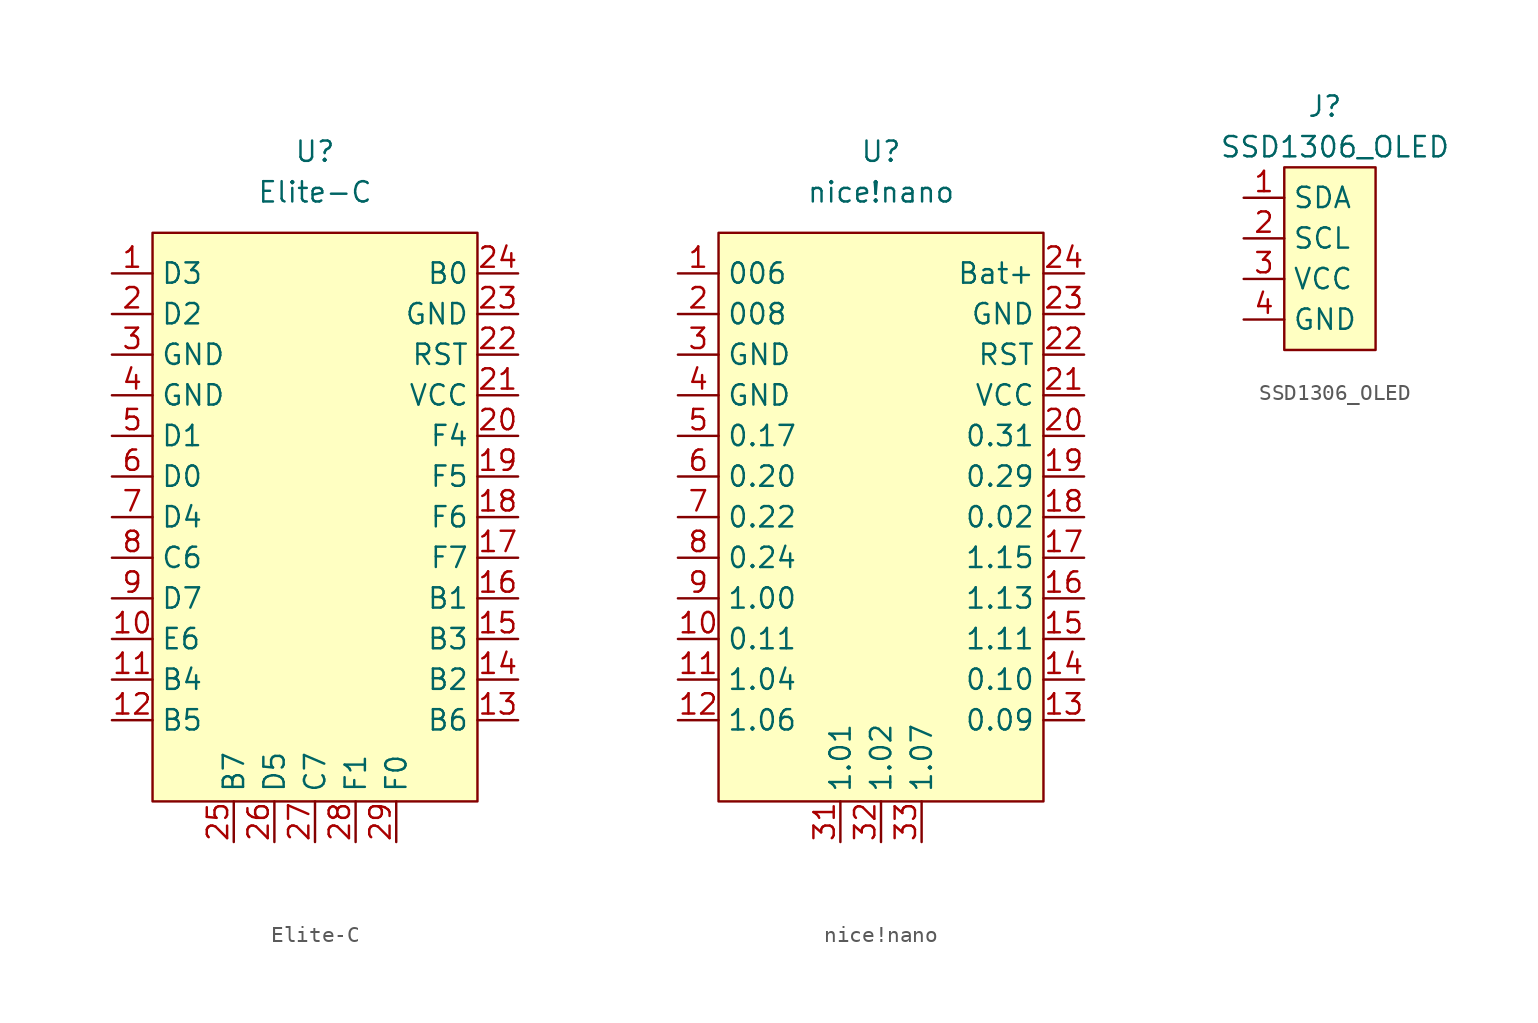
<source format=kicad_sym>
(kicad_symbol_lib
  (version 20210619)
  (generator kicad_symbol_editor)
  (symbol "Custom Symbols:Elite-C"
    (property "Reference" "U"
      (at 0 20.32 0)
      (effects (font (size 1.27 1.27))))
    (property "Value" "Elite-C"
      (at 0 17.78 0)
      (effects (font (size 1.27 1.27))))
    (symbol "Elite-C_0_1"
      (rectangle (start -10.16 15.24) (end 10.16 -20.32) (stroke (width 0.152)) (fill (type background))))
    (symbol "Elite-C_1_1"
      (pin bidirectional line (at -12.7 12.7 0) (length 2.54) (name "D3" (effects (font (size 1.27 1.27)))) (number "1" (effects (font (size 1.27 1.27)))))
      (pin bidirectional line (at -12.7 -10.16 0) (length 2.54) (name "E6" (effects (font (size 1.27 1.27)))) (number "10" (effects (font (size 1.27 1.27)))))
      (pin bidirectional line (at -12.7 -12.7 0) (length 2.54) (name "B4" (effects (font (size 1.27 1.27)))) (number "11" (effects (font (size 1.27 1.27)))))
      (pin bidirectional line (at -12.7 -15.24 0) (length 2.54) (name "B5" (effects (font (size 1.27 1.27)))) (number "12" (effects (font (size 1.27 1.27)))))
      (pin bidirectional line (at 12.7 -15.24 180) (length 2.54) (name "B6" (effects (font (size 1.27 1.27)))) (number "13" (effects (font (size 1.27 1.27)))))
      (pin bidirectional line (at 12.7 -12.7 180) (length 2.54) (name "B2" (effects (font (size 1.27 1.27)))) (number "14" (effects (font (size 1.27 1.27)))))
      (pin bidirectional line (at 12.7 -10.16 180) (length 2.54) (name "B3" (effects (font (size 1.27 1.27)))) (number "15" (effects (font (size 1.27 1.27)))))
      (pin bidirectional line (at 12.7 -7.62 180) (length 2.54) (name "B1" (effects (font (size 1.27 1.27)))) (number "16" (effects (font (size 1.27 1.27)))))
      (pin bidirectional line (at 12.7 -5.08 180) (length 2.54) (name "F7" (effects (font (size 1.27 1.27)))) (number "17" (effects (font (size 1.27 1.27)))))
      (pin bidirectional line (at 12.7 -2.54 180) (length 2.54) (name "F6" (effects (font (size 1.27 1.27)))) (number "18" (effects (font (size 1.27 1.27)))))
      (pin bidirectional line (at 12.7 0 180) (length 2.54) (name "F5" (effects (font (size 1.27 1.27)))) (number "19" (effects (font (size 1.27 1.27)))))
      (pin bidirectional line (at -12.7 10.16 0) (length 2.54) (name "D2" (effects (font (size 1.27 1.27)))) (number "2" (effects (font (size 1.27 1.27)))))
      (pin bidirectional line (at 12.7 2.54 180) (length 2.54) (name "F4" (effects (font (size 1.27 1.27)))) (number "20" (effects (font (size 1.27 1.27)))))
      (pin bidirectional line (at 12.7 5.08 180) (length 2.54) (name "VCC" (effects (font (size 1.27 1.27)))) (number "21" (effects (font (size 1.27 1.27)))))
      (pin bidirectional line (at 12.7 7.62 180) (length 2.54) (name "RST" (effects (font (size 1.27 1.27)))) (number "22" (effects (font (size 1.27 1.27)))))
      (pin bidirectional line (at 12.7 10.16 180) (length 2.54) (name "GND" (effects (font (size 1.27 1.27)))) (number "23" (effects (font (size 1.27 1.27)))))
      (pin bidirectional line (at 12.7 12.7 180) (length 2.54) (name "B0" (effects (font (size 1.27 1.27)))) (number "24" (effects (font (size 1.27 1.27)))))
      (pin bidirectional line (at -5.08 -22.86 90) (length 2.54) (name "B7" (effects (font (size 1.27 1.27)))) (number "25" (effects (font (size 1.27 1.27)))))
      (pin bidirectional line (at -2.54 -22.86 90) (length 2.54) (name "D5" (effects (font (size 1.27 1.27)))) (number "26" (effects (font (size 1.27 1.27)))))
      (pin bidirectional line (at 0 -22.86 90) (length 2.54) (name "C7" (effects (font (size 1.27 1.27)))) (number "27" (effects (font (size 1.27 1.27)))))
      (pin bidirectional line (at 2.54 -22.86 90) (length 2.54) (name "F1" (effects (font (size 1.27 1.27)))) (number "28" (effects (font (size 1.27 1.27)))))
      (pin bidirectional line (at 5.08 -22.86 90) (length 2.54) (name "F0" (effects (font (size 1.27 1.27)))) (number "29" (effects (font (size 1.27 1.27)))))
      (pin bidirectional line (at -12.7 7.62 0) (length 2.54) (name "GND" (effects (font (size 1.27 1.27)))) (number "3" (effects (font (size 1.27 1.27)))))
      (pin bidirectional line (at -12.7 5.08 0) (length 2.54) (name "GND" (effects (font (size 1.27 1.27)))) (number "4" (effects (font (size 1.27 1.27)))))
      (pin bidirectional line (at -12.7 2.54 0) (length 2.54) (name "D1" (effects (font (size 1.27 1.27)))) (number "5" (effects (font (size 1.27 1.27)))))
      (pin bidirectional line (at -12.7 0 0) (length 2.54) (name "D0" (effects (font (size 1.27 1.27)))) (number "6" (effects (font (size 1.27 1.27)))))
      (pin bidirectional line (at -12.7 -2.54 0) (length 2.54) (name "D4" (effects (font (size 1.27 1.27)))) (number "7" (effects (font (size 1.27 1.27)))))
      (pin bidirectional line (at -12.7 -5.08 0) (length 2.54) (name "C6" (effects (font (size 1.27 1.27)))) (number "8" (effects (font (size 1.27 1.27)))))
      (pin bidirectional line (at -12.7 -7.62 0) (length 2.54) (name "D7" (effects (font (size 1.27 1.27)))) (number "9" (effects (font (size 1.27 1.27)))))))
  (symbol "Custom Symbols:nice!nano"
    (property "Reference" "U"
      (at 0 22.86 0)
      (effects (font (size 1.27 1.27))))
    (property "Value" "nice!nano"
      (at 0 20.32 0)
      (effects (font (size 1.27 1.27))))
    (symbol "nice!nano_0_1"
      (rectangle (start -10.16 17.78) (end 10.16 -17.78) (stroke (width 0.152)) (fill (type background))))
    (symbol "nice!nano_1_1"
      (pin bidirectional line (at -12.7 15.24 0) (length 2.54) (name "006" (effects (font (size 1.27 1.27)))) (number "1" (effects (font (size 1.27 1.27)))))
      (pin bidirectional line (at -12.7 -7.62 0) (length 2.54) (name "0.11" (effects (font (size 1.27 1.27)))) (number "10" (effects (font (size 1.27 1.27)))))
      (pin bidirectional line (at -12.7 -10.16 0) (length 2.54) (name "1.04" (effects (font (size 1.27 1.27)))) (number "11" (effects (font (size 1.27 1.27)))))
      (pin bidirectional line (at -12.7 -12.7 0) (length 2.54) (name "1.06" (effects (font (size 1.27 1.27)))) (number "12" (effects (font (size 1.27 1.27)))))
      (pin bidirectional line (at 12.7 -12.7 180) (length 2.54) (name "0.09" (effects (font (size 1.27 1.27)))) (number "13" (effects (font (size 1.27 1.27)))))
      (pin bidirectional line (at 12.7 -10.16 180) (length 2.54) (name "0.10" (effects (font (size 1.27 1.27)))) (number "14" (effects (font (size 1.27 1.27)))))
      (pin bidirectional line (at 12.7 -7.62 180) (length 2.54) (name "1.11" (effects (font (size 1.27 1.27)))) (number "15" (effects (font (size 1.27 1.27)))))
      (pin bidirectional line (at 12.7 -5.08 180) (length 2.54) (name "1.13" (effects (font (size 1.27 1.27)))) (number "16" (effects (font (size 1.27 1.27)))))
      (pin bidirectional line (at 12.7 -2.54 180) (length 2.54) (name "1.15" (effects (font (size 1.27 1.27)))) (number "17" (effects (font (size 1.27 1.27)))))
      (pin bidirectional line (at 12.7 0 180) (length 2.54) (name "0.02" (effects (font (size 1.27 1.27)))) (number "18" (effects (font (size 1.27 1.27)))))
      (pin bidirectional line (at 12.7 2.54 180) (length 2.54) (name "0.29" (effects (font (size 1.27 1.27)))) (number "19" (effects (font (size 1.27 1.27)))))
      (pin bidirectional line (at -12.7 12.7 0) (length 2.54) (name "008" (effects (font (size 1.27 1.27)))) (number "2" (effects (font (size 1.27 1.27)))))
      (pin bidirectional line (at 12.7 5.08 180) (length 2.54) (name "0.31" (effects (font (size 1.27 1.27)))) (number "20" (effects (font (size 1.27 1.27)))))
      (pin bidirectional line (at 12.7 7.62 180) (length 2.54) (name "VCC" (effects (font (size 1.27 1.27)))) (number "21" (effects (font (size 1.27 1.27)))))
      (pin bidirectional line (at 12.7 10.16 180) (length 2.54) (name "RST" (effects (font (size 1.27 1.27)))) (number "22" (effects (font (size 1.27 1.27)))))
      (pin bidirectional line (at 12.7 12.7 180) (length 2.54) (name "GND" (effects (font (size 1.27 1.27)))) (number "23" (effects (font (size 1.27 1.27)))))
      (pin bidirectional line (at 12.7 15.24 180) (length 2.54) (name "Bat+" (effects (font (size 1.27 1.27)))) (number "24" (effects (font (size 1.27 1.27)))))
      (pin bidirectional line (at -12.7 10.16 0) (length 2.54) (name "GND" (effects (font (size 1.27 1.27)))) (number "3" (effects (font (size 1.27 1.27)))))
      (pin bidirectional line (at -2.54 -20.32 90) (length 2.54) (name "1.01" (effects (font (size 1.27 1.27)))) (number "31" (effects (font (size 1.27 1.27)))))
      (pin bidirectional line (at 0 -20.32 90) (length 2.54) (name "1.02" (effects (font (size 1.27 1.27)))) (number "32" (effects (font (size 1.27 1.27)))))
      (pin bidirectional line (at 2.54 -20.32 90) (length 2.54) (name "1.07" (effects (font (size 1.27 1.27)))) (number "33" (effects (font (size 1.27 1.27)))))
      (pin bidirectional line (at -12.7 7.62 0) (length 2.54) (name "GND" (effects (font (size 1.27 1.27)))) (number "4" (effects (font (size 1.27 1.27)))))
      (pin bidirectional line (at -12.7 5.08 0) (length 2.54) (name "0.17" (effects (font (size 1.27 1.27)))) (number "5" (effects (font (size 1.27 1.27)))))
      (pin bidirectional line (at -12.7 2.54 0) (length 2.54) (name "0.20" (effects (font (size 1.27 1.27)))) (number "6" (effects (font (size 1.27 1.27)))))
      (pin bidirectional line (at -12.7 0 0) (length 2.54) (name "0.22" (effects (font (size 1.27 1.27)))) (number "7" (effects (font (size 1.27 1.27)))))
      (pin bidirectional line (at -12.7 -2.54 0) (length 2.54) (name "0.24" (effects (font (size 1.27 1.27)))) (number "8" (effects (font (size 1.27 1.27)))))
      (pin bidirectional line (at -12.7 -5.08 0) (length 2.54) (name "1.00" (effects (font (size 1.27 1.27)))) (number "9" (effects (font (size 1.27 1.27)))))))
  (symbol "Custom Symbols:SSD1306_OLED"
    (property "Reference" "J"
      (at 0 8.89 0)
      (effects (font (size 1.27 1.27))))
    (property "Value" "SSD1306_OLED"
      (at 0.635 6.35 0)
      (effects (font (size 1.27 1.27))))
    (symbol "SSD1306_OLED_0_1"
      (rectangle (start -2.54 5.08) (end 3.175 -6.35) (stroke (width 0.152)) (fill (type background))))
    (symbol "SSD1306_OLED_1_1"
      (pin bidirectional line (at -5.08 3.175 0) (length 2.54) (name "SDA" (effects (font (size 1.27 1.27)))) (number "1" (effects (font (size 1.27 1.27)))))
      (pin bidirectional line (at -5.08 0.635 0) (length 2.54) (name "SCL" (effects (font (size 1.27 1.27)))) (number "2" (effects (font (size 1.27 1.27)))))
      (pin bidirectional line (at -5.08 -1.905 0) (length 2.54) (name "VCC" (effects (font (size 1.27 1.27)))) (number "3" (effects (font (size 1.27 1.27)))))
      (pin bidirectional line (at -5.08 -4.445 0) (length 2.54) (name "GND" (effects (font (size 1.27 1.27)))) (number "4" (effects (font (size 1.27 1.27))))))))
</source>
